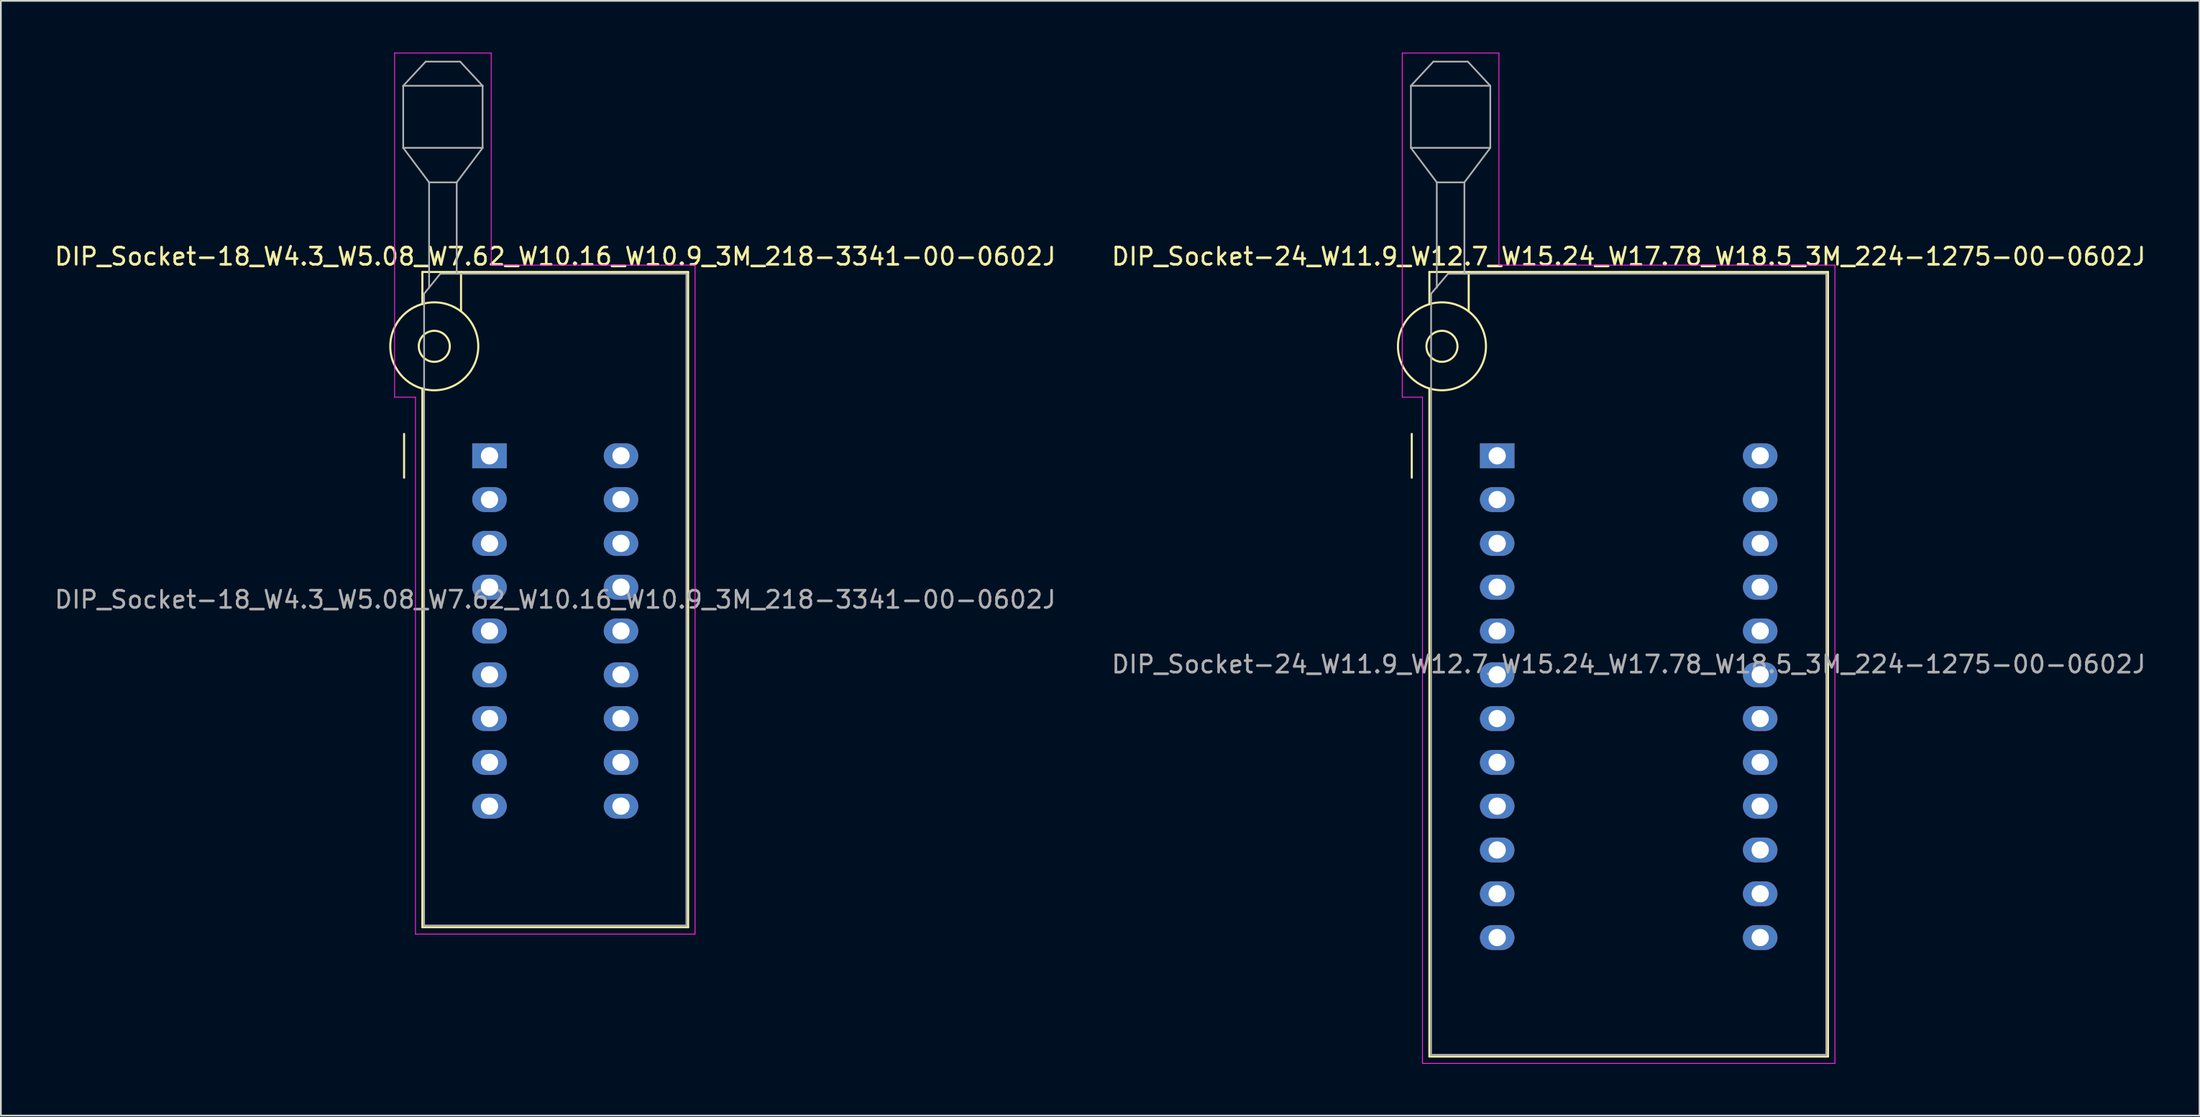
<source format=kicad_pcb>
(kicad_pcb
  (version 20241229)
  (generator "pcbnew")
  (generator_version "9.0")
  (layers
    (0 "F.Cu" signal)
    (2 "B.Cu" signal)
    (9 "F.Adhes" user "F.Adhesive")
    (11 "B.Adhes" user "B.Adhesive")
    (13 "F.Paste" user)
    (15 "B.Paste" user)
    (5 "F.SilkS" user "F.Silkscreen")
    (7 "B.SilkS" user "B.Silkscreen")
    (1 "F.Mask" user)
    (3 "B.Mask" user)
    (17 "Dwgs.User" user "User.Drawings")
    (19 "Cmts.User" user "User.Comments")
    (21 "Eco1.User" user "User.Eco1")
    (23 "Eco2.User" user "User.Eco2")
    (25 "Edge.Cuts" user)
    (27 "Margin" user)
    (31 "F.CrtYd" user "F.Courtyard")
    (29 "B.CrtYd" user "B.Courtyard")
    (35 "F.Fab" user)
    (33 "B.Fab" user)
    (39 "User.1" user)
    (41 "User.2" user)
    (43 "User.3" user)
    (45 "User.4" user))
  (footprint "DIP_Socket-24_W11.9_W12.7_W15.24_W17.78_W18.5_3M_224-1275-00-0602J"
    (layer "F.Cu")
    (at 83.707 23.385)
    (property "Reference" "DIP_Socket-24_W11.9_W12.7_W15.24_W17.78_W18.5_3M_224-1275-00-0602J" (at 7.62 -11.56 0) (layer "F.SilkS") (effects (font (size 1 1) (thickness 0.15))))
    (attr through_hole)
    (fp_line (start -4.95 1.27) (end -4.95 -1.27) (stroke (width 0.12) (type solid)) (layer "F.SilkS"))
    (fp_line (start -3.93 -10.66) (end -3.93 -8.8) (stroke (width 0.12) (type solid)) (layer "F.SilkS"))
    (fp_line (start -3.93 -3.9) (end -3.93 34.84) (stroke (width 0.12) (type solid)) (layer "F.SilkS"))
    (fp_line (start -3.93 34.84) (end 19.17 34.84) (stroke (width 0.12) (type solid)) (layer "F.SilkS"))
    (fp_line (start -1.65 -10.66) (end -1.65 -8.4) (stroke (width 0.12) (type solid)) (layer "F.SilkS"))
    (fp_line (start 19.17 -10.66) (end -3.93 -10.66) (stroke (width 0.12) (type solid)) (layer "F.SilkS"))
    (fp_line (start 19.17 34.84) (end 19.17 -10.66) (stroke (width 0.12) (type solid)) (layer "F.SilkS"))
    (fp_circle (center -3.2 -6.35) (end -2.3 -6.35) (stroke (width 0.12) (type solid)) (fill no) (layer "F.SilkS"))
    (fp_circle (center -3.2 -6.35) (end -0.65 -6.35) (stroke (width 0.12) (type solid)) (fill no) (layer "F.SilkS"))
    (fp_line (start -5.5 -23.36) (end 0.1 -23.36) (stroke (width 0.05) (type solid)) (layer "F.CrtYd"))
    (fp_line (start -5.5 -3.4) (end -5.5 -23.36) (stroke (width 0.05) (type solid)) (layer "F.CrtYd"))
    (fp_line (start -4.33 -3.4) (end -5.5 -3.4) (stroke (width 0.05) (type solid)) (layer "F.CrtYd"))
    (fp_line (start -4.33 35.24) (end -4.33 -3.4) (stroke (width 0.05) (type solid)) (layer "F.CrtYd"))
    (fp_line (start 0.1 -23.36) (end 0.1 -11.06) (stroke (width 0.05) (type solid)) (layer "F.CrtYd"))
    (fp_line (start 0.1 -11.06) (end 19.57 -11.06) (stroke (width 0.05) (type solid)) (layer "F.CrtYd"))
    (fp_line (start 19.57 -11.06) (end 19.57 35.24) (stroke (width 0.05) (type solid)) (layer "F.CrtYd"))
    (fp_line (start 19.57 35.24) (end -4.33 35.24) (stroke (width 0.05) (type solid)) (layer "F.CrtYd"))
    (fp_line (start -5 -21.46) (end -5 -17.86) (stroke (width 0.1) (type solid)) (layer "F.Fab"))
    (fp_line (start -5 -21.46) (end -3.7 -22.86) (stroke (width 0.1) (type solid)) (layer "F.Fab"))
    (fp_line (start -5 -17.86) (end -3.5 -15.86) (stroke (width 0.1) (type solid)) (layer "F.Fab"))
    (fp_line (start -5 -17.86) (end -0.4 -17.86) (stroke (width 0.1) (type solid)) (layer "F.Fab"))
    (fp_line (start -3.83 -9.4) (end -2.85 -10.56) (stroke (width 0.1) (type solid)) (layer "F.Fab"))
    (fp_line (start -3.83 34.74) (end -3.83 -9.4) (stroke (width 0.1) (type solid)) (layer "F.Fab"))
    (fp_line (start -3.7 -22.86) (end -1.7 -22.86) (stroke (width 0.1) (type solid)) (layer "F.Fab"))
    (fp_line (start -3.5 -15.86) (end -1.9 -15.86) (stroke (width 0.1) (type solid)) (layer "F.Fab"))
    (fp_line (start -3.5 -9.75) (end -3.5 -15.86) (stroke (width 0.1) (type solid)) (layer "F.Fab"))
    (fp_line (start -2.85 -10.56) (end 19.07 -10.56) (stroke (width 0.1) (type solid)) (layer "F.Fab"))
    (fp_line (start -1.9 -15.86) (end -1.9 -10.56) (stroke (width 0.1) (type solid)) (layer "F.Fab"))
    (fp_line (start -1.7 -22.86) (end -0.4 -21.46) (stroke (width 0.1) (type solid)) (layer "F.Fab"))
    (fp_line (start -0.4 -21.46) (end -5 -21.46) (stroke (width 0.1) (type solid)) (layer "F.Fab"))
    (fp_line (start -0.4 -17.86) (end -1.9 -15.86) (stroke (width 0.1) (type solid)) (layer "F.Fab"))
    (fp_line (start -0.4 -17.86) (end -0.4 -21.46) (stroke (width 0.1) (type solid)) (layer "F.Fab"))
    (fp_line (start 19.07 -10.56) (end 19.07 34.74) (stroke (width 0.1) (type solid)) (layer "F.Fab"))
    (fp_line (start 19.07 34.74) (end -3.83 34.74) (stroke (width 0.1) (type solid)) (layer "F.Fab"))
    (fp_text user "${REFERENCE}" (at 7.62 12.09 0) (layer "F.Fab") (effects (font (size 1 1) (thickness 0.15))))
    (pad "1" thru_hole rect (at 0 0) (size 2 1.44) (drill 1) (layers "*.Cu" "*.Mask"))
    (pad "2" thru_hole oval (at 0 2.54) (size 2 1.44) (drill 1) (layers "*.Cu" "*.Mask"))
    (pad "3" thru_hole oval (at 0 5.08) (size 2 1.44) (drill 1) (layers "*.Cu" "*.Mask"))
    (pad "4" thru_hole oval (at 0 7.62) (size 2 1.44) (drill 1) (layers "*.Cu" "*.Mask"))
    (pad "5" thru_hole oval (at 0 10.16) (size 2 1.44) (drill 1) (layers "*.Cu" "*.Mask"))
    (pad "6" thru_hole oval (at 0 12.7) (size 2 1.44) (drill 1) (layers "*.Cu" "*.Mask"))
    (pad "7" thru_hole oval (at 0 15.24) (size 2 1.44) (drill 1) (layers "*.Cu" "*.Mask"))
    (pad "8" thru_hole oval (at 0 17.78) (size 2 1.44) (drill 1) (layers "*.Cu" "*.Mask"))
    (pad "9" thru_hole oval (at 0 20.32) (size 2 1.44) (drill 1) (layers "*.Cu" "*.Mask"))
    (pad "10" thru_hole oval (at 0 22.86) (size 2 1.44) (drill 1) (layers "*.Cu" "*.Mask"))
    (pad "11" thru_hole oval (at 0 25.4) (size 2 1.44) (drill 1) (layers "*.Cu" "*.Mask"))
    (pad "12" thru_hole oval (at 0 27.94) (size 2 1.44) (drill 1) (layers "*.Cu" "*.Mask"))
    (pad "13" thru_hole oval (at 15.24 27.94) (size 2 1.44) (drill 1) (layers "*.Cu" "*.Mask"))
    (pad "14" thru_hole oval (at 15.24 25.4) (size 2 1.44) (drill 1) (layers "*.Cu" "*.Mask"))
    (pad "15" thru_hole oval (at 15.24 22.86) (size 2 1.44) (drill 1) (layers "*.Cu" "*.Mask"))
    (pad "16" thru_hole oval (at 15.24 20.32) (size 2 1.44) (drill 1) (layers "*.Cu" "*.Mask"))
    (pad "17" thru_hole oval (at 15.24 17.78) (size 2 1.44) (drill 1) (layers "*.Cu" "*.Mask"))
    (pad "18" thru_hole oval (at 15.24 15.24) (size 2 1.44) (drill 1) (layers "*.Cu" "*.Mask"))
    (pad "19" thru_hole oval (at 15.24 12.7) (size 2 1.44) (drill 1) (layers "*.Cu" "*.Mask"))
    (pad "20" thru_hole oval (at 15.24 10.16) (size 2 1.44) (drill 1) (layers "*.Cu" "*.Mask"))
    (pad "21" thru_hole oval (at 15.24 7.62) (size 2 1.44) (drill 1) (layers "*.Cu" "*.Mask"))
    (pad "22" thru_hole oval (at 15.24 5.08) (size 2 1.44) (drill 1) (layers "*.Cu" "*.Mask"))
    (pad "23" thru_hole oval (at 15.24 2.54) (size 2 1.44) (drill 1) (layers "*.Cu" "*.Mask"))
    (pad "24" thru_hole oval (at 15.24 0) (size 2 1.44) (drill 1) (layers "*.Cu" "*.Mask")))
  (footprint "DIP_Socket-18_W4.3_W5.08_W7.62_W10.16_W10.9_3M_218-3341-00-0602J"
    (layer "F.Cu")
    (at 25.315 23.385)
    (property "Reference" "DIP_Socket-18_W4.3_W5.08_W7.62_W10.16_W10.9_3M_218-3341-00-0602J" (at 3.81 -11.56 0) (layer "F.SilkS") (effects (font (size 1 1) (thickness 0.15))))
    (attr through_hole)
    (fp_line (start -4.95 1.27) (end -4.95 -1.27) (stroke (width 0.12) (type solid)) (layer "F.SilkS"))
    (fp_line (start -3.89 -10.66) (end -3.89 -8.8) (stroke (width 0.12) (type solid)) (layer "F.SilkS"))
    (fp_line (start -3.89 -3.9) (end -3.89 27.34) (stroke (width 0.12) (type solid)) (layer "F.SilkS"))
    (fp_line (start -3.89 27.34) (end 11.51 27.34) (stroke (width 0.12) (type solid)) (layer "F.SilkS"))
    (fp_line (start -1.65 -10.66) (end -1.65 -8.4) (stroke (width 0.12) (type solid)) (layer "F.SilkS"))
    (fp_line (start 11.51 -10.66) (end -3.89 -10.66) (stroke (width 0.12) (type solid)) (layer "F.SilkS"))
    (fp_line (start 11.51 27.34) (end 11.51 -10.66) (stroke (width 0.12) (type solid)) (layer "F.SilkS"))
    (fp_circle (center -3.2 -6.35) (end -2.3 -6.35) (stroke (width 0.12) (type solid)) (fill no) (layer "F.SilkS"))
    (fp_circle (center -3.2 -6.35) (end -0.65 -6.35) (stroke (width 0.12) (type solid)) (fill no) (layer "F.SilkS"))
    (fp_line (start -5.5 -23.36) (end 0.1 -23.36) (stroke (width 0.05) (type solid)) (layer "F.CrtYd"))
    (fp_line (start -5.5 -3.4) (end -5.5 -23.36) (stroke (width 0.05) (type solid)) (layer "F.CrtYd"))
    (fp_line (start -4.29 -3.4) (end -5.5 -3.4) (stroke (width 0.05) (type solid)) (layer "F.CrtYd"))
    (fp_line (start -4.29 27.74) (end -4.29 -3.4) (stroke (width 0.05) (type solid)) (layer "F.CrtYd"))
    (fp_line (start 0.1 -23.36) (end 0.1 -11.06) (stroke (width 0.05) (type solid)) (layer "F.CrtYd"))
    (fp_line (start 0.1 -11.06) (end 11.91 -11.06) (stroke (width 0.05) (type solid)) (layer "F.CrtYd"))
    (fp_line (start 11.91 -11.06) (end 11.91 27.74) (stroke (width 0.05) (type solid)) (layer "F.CrtYd"))
    (fp_line (start 11.91 27.74) (end -4.29 27.74) (stroke (width 0.05) (type solid)) (layer "F.CrtYd"))
    (fp_line (start -5 -21.46) (end -5 -17.86) (stroke (width 0.1) (type solid)) (layer "F.Fab"))
    (fp_line (start -5 -21.46) (end -3.7 -22.86) (stroke (width 0.1) (type solid)) (layer "F.Fab"))
    (fp_line (start -5 -17.86) (end -3.5 -15.86) (stroke (width 0.1) (type solid)) (layer "F.Fab"))
    (fp_line (start -5 -17.86) (end -0.4 -17.86) (stroke (width 0.1) (type solid)) (layer "F.Fab"))
    (fp_line (start -3.79 -9.4) (end -2.85 -10.56) (stroke (width 0.1) (type solid)) (layer "F.Fab"))
    (fp_line (start -3.79 27.24) (end -3.79 -9.4) (stroke (width 0.1) (type solid)) (layer "F.Fab"))
    (fp_line (start -3.7 -22.86) (end -1.7 -22.86) (stroke (width 0.1) (type solid)) (layer "F.Fab"))
    (fp_line (start -3.5 -15.86) (end -1.9 -15.86) (stroke (width 0.1) (type solid)) (layer "F.Fab"))
    (fp_line (start -3.5 -9.75) (end -3.5 -15.86) (stroke (width 0.1) (type solid)) (layer "F.Fab"))
    (fp_line (start -2.85 -10.56) (end 11.41 -10.56) (stroke (width 0.1) (type solid)) (layer "F.Fab"))
    (fp_line (start -1.9 -15.86) (end -1.9 -10.56) (stroke (width 0.1) (type solid)) (layer "F.Fab"))
    (fp_line (start -1.7 -22.86) (end -0.4 -21.46) (stroke (width 0.1) (type solid)) (layer "F.Fab"))
    (fp_line (start -0.4 -21.46) (end -5 -21.46) (stroke (width 0.1) (type solid)) (layer "F.Fab"))
    (fp_line (start -0.4 -17.86) (end -1.9 -15.86) (stroke (width 0.1) (type solid)) (layer "F.Fab"))
    (fp_line (start -0.4 -17.86) (end -0.4 -21.46) (stroke (width 0.1) (type solid)) (layer "F.Fab"))
    (fp_line (start 11.41 -10.56) (end 11.41 27.24) (stroke (width 0.1) (type solid)) (layer "F.Fab"))
    (fp_line (start 11.41 27.24) (end -3.79 27.24) (stroke (width 0.1) (type solid)) (layer "F.Fab"))
    (fp_text user "${REFERENCE}" (at 3.81 8.34 0) (layer "F.Fab") (effects (font (size 1 1) (thickness 0.15))))
    (pad "1" thru_hole rect (at 0 0) (size 2 1.44) (drill 1) (layers "*.Cu" "*.Mask"))
    (pad "2" thru_hole oval (at 0 2.54) (size 2 1.44) (drill 1) (layers "*.Cu" "*.Mask"))
    (pad "3" thru_hole oval (at 0 5.08) (size 2 1.44) (drill 1) (layers "*.Cu" "*.Mask"))
    (pad "4" thru_hole oval (at 0 7.62) (size 2 1.44) (drill 1) (layers "*.Cu" "*.Mask"))
    (pad "5" thru_hole oval (at 0 10.16) (size 2 1.44) (drill 1) (layers "*.Cu" "*.Mask"))
    (pad "6" thru_hole oval (at 0 12.7) (size 2 1.44) (drill 1) (layers "*.Cu" "*.Mask"))
    (pad "7" thru_hole oval (at 0 15.24) (size 2 1.44) (drill 1) (layers "*.Cu" "*.Mask"))
    (pad "8" thru_hole oval (at 0 17.78) (size 2 1.44) (drill 1) (layers "*.Cu" "*.Mask"))
    (pad "9" thru_hole oval (at 0 20.32) (size 2 1.44) (drill 1) (layers "*.Cu" "*.Mask"))
    (pad "10" thru_hole oval (at 7.62 20.32) (size 2 1.44) (drill 1) (layers "*.Cu" "*.Mask"))
    (pad "11" thru_hole oval (at 7.62 17.78) (size 2 1.44) (drill 1) (layers "*.Cu" "*.Mask"))
    (pad "12" thru_hole oval (at 7.62 15.24) (size 2 1.44) (drill 1) (layers "*.Cu" "*.Mask"))
    (pad "13" thru_hole oval (at 7.62 12.7) (size 2 1.44) (drill 1) (layers "*.Cu" "*.Mask"))
    (pad "14" thru_hole oval (at 7.62 10.16) (size 2 1.44) (drill 1) (layers "*.Cu" "*.Mask"))
    (pad "15" thru_hole oval (at 7.62 7.62) (size 2 1.44) (drill 1) (layers "*.Cu" "*.Mask"))
    (pad "16" thru_hole oval (at 7.62 5.08) (size 2 1.44) (drill 1) (layers "*.Cu" "*.Mask"))
    (pad "17" thru_hole oval (at 7.62 2.54) (size 2 1.44) (drill 1) (layers "*.Cu" "*.Mask"))
    (pad "18" thru_hole oval (at 7.62 0) (size 2 1.44) (drill 1) (layers "*.Cu" "*.Mask")))
  (gr_rect
    (start -3 -3)
    (end 124.405 61.65)
    (stroke (width 0.1) (type default))
    (fill no)
    (layer "Edge.Cuts")))
</source>
